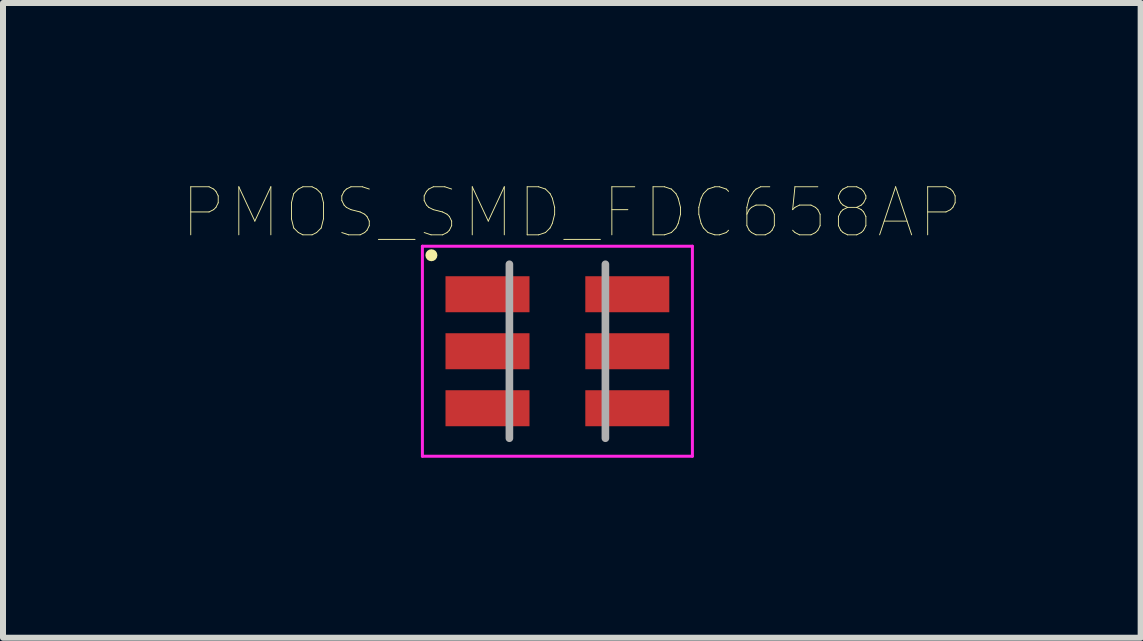
<source format=kicad_pcb>
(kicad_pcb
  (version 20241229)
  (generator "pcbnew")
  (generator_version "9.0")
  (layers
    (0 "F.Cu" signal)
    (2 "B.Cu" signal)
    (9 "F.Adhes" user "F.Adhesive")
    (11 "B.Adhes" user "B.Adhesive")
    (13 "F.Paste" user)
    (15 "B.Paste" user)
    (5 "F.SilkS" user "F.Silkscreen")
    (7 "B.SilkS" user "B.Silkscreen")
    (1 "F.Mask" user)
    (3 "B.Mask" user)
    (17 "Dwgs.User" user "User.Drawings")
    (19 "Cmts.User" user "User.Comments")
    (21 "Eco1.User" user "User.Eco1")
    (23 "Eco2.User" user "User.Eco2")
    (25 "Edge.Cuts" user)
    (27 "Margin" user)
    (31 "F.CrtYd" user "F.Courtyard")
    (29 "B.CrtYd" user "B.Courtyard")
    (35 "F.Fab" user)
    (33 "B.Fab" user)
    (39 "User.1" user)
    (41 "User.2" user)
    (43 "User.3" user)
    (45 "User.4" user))
  (footprint "PMOS_SMD_FDC658AP"
    (layer "F.Cu")
    (at 6.24 2.804)
    (property "Reference" "PMOS_SMD_FDC658AP" (at 0.24 -2.31 0) (layer "F.SilkS") (effects (font (size 0.801 0.801) (thickness 0.015))))
    (attr through_hole)
    (fp_circle (center -2.1 -1.6) (end -2.05 -1.6) (stroke (width 0.1) (type solid)) (fill no) (layer "F.SilkS"))
    (fp_line (start -2.25 -1.75) (end 2.25 -1.75) (stroke (width 0.05) (type solid)) (layer "F.CrtYd"))
    (fp_line (start -2.25 1.75) (end -2.25 -1.75) (stroke (width 0.05) (type solid)) (layer "F.CrtYd"))
    (fp_line (start 2.25 -1.75) (end 2.25 1.75) (stroke (width 0.05) (type solid)) (layer "F.CrtYd"))
    (fp_line (start 2.25 1.75) (end -2.25 1.75) (stroke (width 0.05) (type solid)) (layer "F.CrtYd"))
    (fp_line (start -0.8 1.45) (end -0.8 -1.45) (stroke (width 0.127) (type solid)) (layer "F.Fab"))
    (fp_line (start 0.8 -1.45) (end 0.8 1.45) (stroke (width 0.127) (type solid)) (layer "F.Fab"))
    (pad "1" smd rect (at -1.165 -0.95) (size 1.4 0.6) (layers "F.Cu" "F.Mask" "F.Paste"))
    (pad "2" smd rect (at -1.165 0) (size 1.4 0.6) (layers "F.Cu" "F.Mask" "F.Paste"))
    (pad "3" smd rect (at -1.165 0.95) (size 1.4 0.6) (layers "F.Cu" "F.Mask" "F.Paste"))
    (pad "4" smd rect (at 1.165 0.95) (size 1.4 0.6) (layers "F.Cu" "F.Mask" "F.Paste"))
    (pad "5" smd rect (at 1.165 0) (size 1.4 0.6) (layers "F.Cu" "F.Mask" "F.Paste"))
    (pad "6" smd rect (at 1.165 -0.95) (size 1.4 0.6) (layers "F.Cu" "F.Mask" "F.Paste")))
  (gr_rect
    (start -3 -3)
    (end 15.961 7.579)
    (stroke (width 0.1) (type default))
    (fill no)
    (layer "Edge.Cuts")))
</source>
